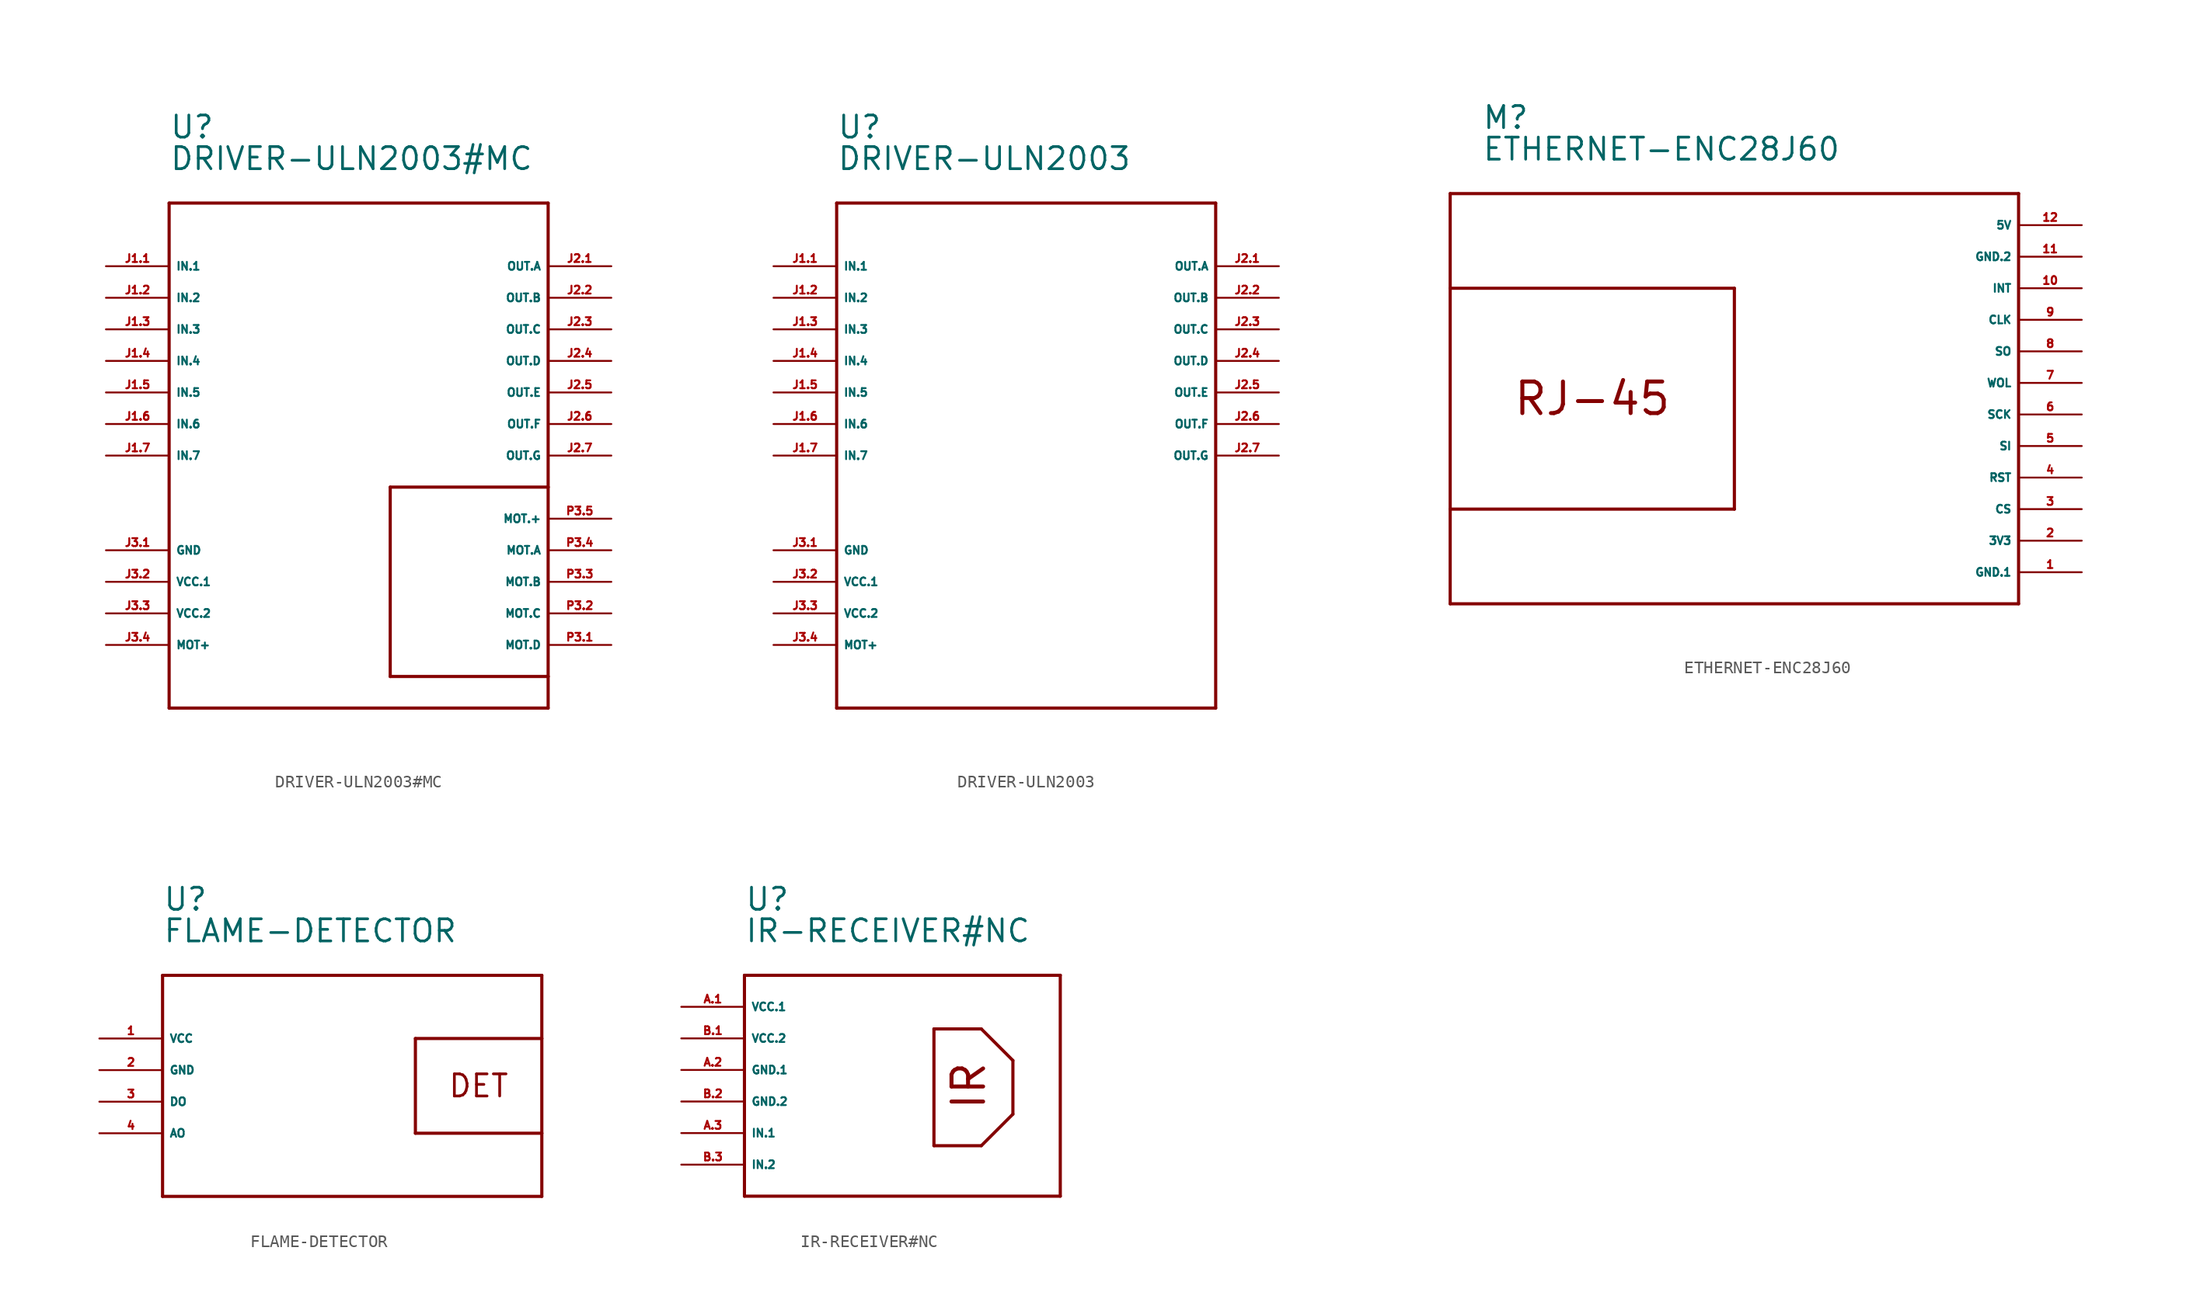
<source format=kicad_sym>
(kicad_symbol_lib
  (version 20220914)
  (generator Eagle2Kicad)
  (symbol "DRIVER-ULN2003#MC"
    (property "Reference" "U"
      (at -15.24 25.4 0)
      (effects (font (size 1.778 1.778) (thickness 0.22)) (justify left bottom)))
    (property "Value" "DRIVER-ULN2003#MC"
      (at -15.24 22.86 0)
      (effects (font (size 1.778 1.778) (thickness 0.22)) (justify left bottom)))
    (polyline
      (pts (xy -15.24 20.32) (xy 15.24 20.32))
      (stroke (width 0.254) (type default))
      (fill (type none)))
    (polyline
      (pts (xy 15.24 20.32) (xy 15.24 -2.54))
      (stroke (width 0.254) (type default))
      (fill (type none)))
    (polyline
      (pts (xy 15.24 -2.54) (xy 15.24 -17.78))
      (stroke (width 0.254) (type default))
      (fill (type none)))
    (polyline
      (pts (xy 15.24 -17.78) (xy 15.24 -20.32))
      (stroke (width 0.254) (type default))
      (fill (type none)))
    (polyline
      (pts (xy 15.24 -20.32) (xy -15.24 -20.32))
      (stroke (width 0.254) (type default))
      (fill (type none)))
    (polyline
      (pts (xy -15.24 -20.32) (xy -15.24 20.32))
      (stroke (width 0.254) (type default))
      (fill (type none)))
    (polyline
      (pts (xy 15.24 -2.54) (xy 2.54 -2.54))
      (stroke (width 0.254) (type default))
      (fill (type none)))
    (polyline
      (pts (xy 2.54 -2.54) (xy 2.54 -17.78))
      (stroke (width 0.254) (type default))
      (fill (type none)))
    (polyline
      (pts (xy 2.54 -17.78) (xy 15.24 -17.78))
      (stroke (width 0.254) (type default))
      (fill (type none)))
    (pin bidirectional line
      (at -20.32 15.24 0)
      (length 5.08)
      (name "IN.1" (effects (font (size 0.635 0.635) (thickness 0.08)) (justify left bottom)))
      (number "J1.1" (effects (font (size 0.635 0.635) (thickness 0.08)) (justify left bottom))))
    (pin unspecified line
      (at -20.32 -7.62 0)
      (length 5.08)
      (name "GND" (effects (font (size 0.635 0.635) (thickness 0.08)) (justify left bottom)))
      (number "J3.1" (effects (font (size 0.635 0.635) (thickness 0.08)) (justify left bottom))))
    (pin unspecified line
      (at -20.32 -10.16 0)
      (length 5.08)
      (name "VCC.1" (effects (font (size 0.635 0.635) (thickness 0.08)) (justify left bottom)))
      (number "J3.2" (effects (font (size 0.635 0.635) (thickness 0.08)) (justify left bottom))))
    (pin bidirectional line
      (at -20.32 -12.7 0)
      (length 5.08)
      (name "VCC.2" (effects (font (size 0.635 0.635) (thickness 0.08)) (justify left bottom)))
      (number "J3.3" (effects (font (size 0.635 0.635) (thickness 0.08)) (justify left bottom))))
    (pin bidirectional line
      (at -20.32 -15.24 0)
      (length 5.08)
      (name "MOT+" (effects (font (size 0.635 0.635) (thickness 0.08)) (justify left bottom)))
      (number "J3.4" (effects (font (size 0.635 0.635) (thickness 0.08)) (justify left bottom))))
    (pin bidirectional line
      (at 20.32 15.24 180)
      (length 5.08)
      (name "OUT.A" (effects (font (size 0.635 0.635) (thickness 0.08)) (justify left bottom)))
      (number "J2.1" (effects (font (size 0.635 0.635) (thickness 0.08)) (justify left bottom))))
    (pin bidirectional line
      (at -20.32 12.7 0)
      (length 5.08)
      (name "IN.2" (effects (font (size 0.635 0.635) (thickness 0.08)) (justify left bottom)))
      (number "J1.2" (effects (font (size 0.635 0.635) (thickness 0.08)) (justify left bottom))))
    (pin bidirectional line
      (at -20.32 10.16 0)
      (length 5.08)
      (name "IN.3" (effects (font (size 0.635 0.635) (thickness 0.08)) (justify left bottom)))
      (number "J1.3" (effects (font (size 0.635 0.635) (thickness 0.08)) (justify left bottom))))
    (pin bidirectional line
      (at -20.32 7.62 0)
      (length 5.08)
      (name "IN.4" (effects (font (size 0.635 0.635) (thickness 0.08)) (justify left bottom)))
      (number "J1.4" (effects (font (size 0.635 0.635) (thickness 0.08)) (justify left bottom))))
    (pin bidirectional line
      (at -20.32 5.08 0)
      (length 5.08)
      (name "IN.5" (effects (font (size 0.635 0.635) (thickness 0.08)) (justify left bottom)))
      (number "J1.5" (effects (font (size 0.635 0.635) (thickness 0.08)) (justify left bottom))))
    (pin bidirectional line
      (at -20.32 2.54 0)
      (length 5.08)
      (name "IN.6" (effects (font (size 0.635 0.635) (thickness 0.08)) (justify left bottom)))
      (number "J1.6" (effects (font (size 0.635 0.635) (thickness 0.08)) (justify left bottom))))
    (pin bidirectional line
      (at -20.32 0 0)
      (length 5.08)
      (name "IN.7" (effects (font (size 0.635 0.635) (thickness 0.08)) (justify left bottom)))
      (number "J1.7" (effects (font (size 0.635 0.635) (thickness 0.08)) (justify left bottom))))
    (pin bidirectional line
      (at 20.32 12.7 180)
      (length 5.08)
      (name "OUT.B" (effects (font (size 0.635 0.635) (thickness 0.08)) (justify left bottom)))
      (number "J2.2" (effects (font (size 0.635 0.635) (thickness 0.08)) (justify left bottom))))
    (pin bidirectional line
      (at 20.32 10.16 180)
      (length 5.08)
      (name "OUT.C" (effects (font (size 0.635 0.635) (thickness 0.08)) (justify left bottom)))
      (number "J2.3" (effects (font (size 0.635 0.635) (thickness 0.08)) (justify left bottom))))
    (pin bidirectional line
      (at 20.32 7.62 180)
      (length 5.08)
      (name "OUT.D" (effects (font (size 0.635 0.635) (thickness 0.08)) (justify left bottom)))
      (number "J2.4" (effects (font (size 0.635 0.635) (thickness 0.08)) (justify left bottom))))
    (pin bidirectional line
      (at 20.32 5.08 180)
      (length 5.08)
      (name "OUT.E" (effects (font (size 0.635 0.635) (thickness 0.08)) (justify left bottom)))
      (number "J2.5" (effects (font (size 0.635 0.635) (thickness 0.08)) (justify left bottom))))
    (pin bidirectional line
      (at 20.32 2.54 180)
      (length 5.08)
      (name "OUT.F" (effects (font (size 0.635 0.635) (thickness 0.08)) (justify left bottom)))
      (number "J2.6" (effects (font (size 0.635 0.635) (thickness 0.08)) (justify left bottom))))
    (pin bidirectional line
      (at 20.32 0 180)
      (length 5.08)
      (name "OUT.G" (effects (font (size 0.635 0.635) (thickness 0.08)) (justify left bottom)))
      (number "J2.7" (effects (font (size 0.635 0.635) (thickness 0.08)) (justify left bottom))))
    (pin bidirectional line
      (at 20.32 -5.08 180)
      (length 5.08)
      (name "MOT.+" (effects (font (size 0.635 0.635) (thickness 0.08)) (justify left bottom)))
      (number "P3.5" (effects (font (size 0.635 0.635) (thickness 0.08)) (justify left bottom))))
    (pin bidirectional line
      (at 20.32 -7.62 180)
      (length 5.08)
      (name "MOT.A" (effects (font (size 0.635 0.635) (thickness 0.08)) (justify left bottom)))
      (number "P3.4" (effects (font (size 0.635 0.635) (thickness 0.08)) (justify left bottom))))
    (pin bidirectional line
      (at 20.32 -10.16 180)
      (length 5.08)
      (name "MOT.B" (effects (font (size 0.635 0.635) (thickness 0.08)) (justify left bottom)))
      (number "P3.3" (effects (font (size 0.635 0.635) (thickness 0.08)) (justify left bottom))))
    (pin bidirectional line
      (at 20.32 -12.7 180)
      (length 5.08)
      (name "MOT.C" (effects (font (size 0.635 0.635) (thickness 0.08)) (justify left bottom)))
      (number "P3.2" (effects (font (size 0.635 0.635) (thickness 0.08)) (justify left bottom))))
    (pin bidirectional line
      (at 20.32 -15.24 180)
      (length 5.08)
      (name "MOT.D" (effects (font (size 0.635 0.635) (thickness 0.08)) (justify left bottom)))
      (number "P3.1" (effects (font (size 0.635 0.635) (thickness 0.08)) (justify left bottom)))))
  (symbol "DRIVER-ULN2003"
    (property "Reference" "U"
      (at -15.24 25.4 0)
      (effects (font (size 1.778 1.778) (thickness 0.22)) (justify left bottom)))
    (property "Value" "DRIVER-ULN2003"
      (at -15.24 22.86 0)
      (effects (font (size 1.778 1.778) (thickness 0.22)) (justify left bottom)))
    (polyline
      (pts (xy -15.24 20.32) (xy 15.24 20.32))
      (stroke (width 0.254) (type default))
      (fill (type none)))
    (polyline
      (pts (xy 15.24 20.32) (xy 15.24 -20.32))
      (stroke (width 0.254) (type default))
      (fill (type none)))
    (polyline
      (pts (xy 15.24 -20.32) (xy -15.24 -20.32))
      (stroke (width 0.254) (type default))
      (fill (type none)))
    (polyline
      (pts (xy -15.24 -20.32) (xy -15.24 20.32))
      (stroke (width 0.254) (type default))
      (fill (type none)))
    (pin bidirectional line
      (at -20.32 15.24 0)
      (length 5.08)
      (name "IN.1" (effects (font (size 0.635 0.635) (thickness 0.08)) (justify left bottom)))
      (number "J1.1" (effects (font (size 0.635 0.635) (thickness 0.08)) (justify left bottom))))
    (pin unspecified line
      (at -20.32 -7.62 0)
      (length 5.08)
      (name "GND" (effects (font (size 0.635 0.635) (thickness 0.08)) (justify left bottom)))
      (number "J3.1" (effects (font (size 0.635 0.635) (thickness 0.08)) (justify left bottom))))
    (pin unspecified line
      (at -20.32 -10.16 0)
      (length 5.08)
      (name "VCC.1" (effects (font (size 0.635 0.635) (thickness 0.08)) (justify left bottom)))
      (number "J3.2" (effects (font (size 0.635 0.635) (thickness 0.08)) (justify left bottom))))
    (pin bidirectional line
      (at -20.32 -12.7 0)
      (length 5.08)
      (name "VCC.2" (effects (font (size 0.635 0.635) (thickness 0.08)) (justify left bottom)))
      (number "J3.3" (effects (font (size 0.635 0.635) (thickness 0.08)) (justify left bottom))))
    (pin bidirectional line
      (at -20.32 -15.24 0)
      (length 5.08)
      (name "MOT+" (effects (font (size 0.635 0.635) (thickness 0.08)) (justify left bottom)))
      (number "J3.4" (effects (font (size 0.635 0.635) (thickness 0.08)) (justify left bottom))))
    (pin bidirectional line
      (at 20.32 15.24 180)
      (length 5.08)
      (name "OUT.A" (effects (font (size 0.635 0.635) (thickness 0.08)) (justify left bottom)))
      (number "J2.1" (effects (font (size 0.635 0.635) (thickness 0.08)) (justify left bottom))))
    (pin bidirectional line
      (at -20.32 12.7 0)
      (length 5.08)
      (name "IN.2" (effects (font (size 0.635 0.635) (thickness 0.08)) (justify left bottom)))
      (number "J1.2" (effects (font (size 0.635 0.635) (thickness 0.08)) (justify left bottom))))
    (pin bidirectional line
      (at -20.32 10.16 0)
      (length 5.08)
      (name "IN.3" (effects (font (size 0.635 0.635) (thickness 0.08)) (justify left bottom)))
      (number "J1.3" (effects (font (size 0.635 0.635) (thickness 0.08)) (justify left bottom))))
    (pin bidirectional line
      (at -20.32 7.62 0)
      (length 5.08)
      (name "IN.4" (effects (font (size 0.635 0.635) (thickness 0.08)) (justify left bottom)))
      (number "J1.4" (effects (font (size 0.635 0.635) (thickness 0.08)) (justify left bottom))))
    (pin bidirectional line
      (at -20.32 5.08 0)
      (length 5.08)
      (name "IN.5" (effects (font (size 0.635 0.635) (thickness 0.08)) (justify left bottom)))
      (number "J1.5" (effects (font (size 0.635 0.635) (thickness 0.08)) (justify left bottom))))
    (pin bidirectional line
      (at -20.32 2.54 0)
      (length 5.08)
      (name "IN.6" (effects (font (size 0.635 0.635) (thickness 0.08)) (justify left bottom)))
      (number "J1.6" (effects (font (size 0.635 0.635) (thickness 0.08)) (justify left bottom))))
    (pin bidirectional line
      (at -20.32 0 0)
      (length 5.08)
      (name "IN.7" (effects (font (size 0.635 0.635) (thickness 0.08)) (justify left bottom)))
      (number "J1.7" (effects (font (size 0.635 0.635) (thickness 0.08)) (justify left bottom))))
    (pin bidirectional line
      (at 20.32 12.7 180)
      (length 5.08)
      (name "OUT.B" (effects (font (size 0.635 0.635) (thickness 0.08)) (justify left bottom)))
      (number "J2.2" (effects (font (size 0.635 0.635) (thickness 0.08)) (justify left bottom))))
    (pin bidirectional line
      (at 20.32 10.16 180)
      (length 5.08)
      (name "OUT.C" (effects (font (size 0.635 0.635) (thickness 0.08)) (justify left bottom)))
      (number "J2.3" (effects (font (size 0.635 0.635) (thickness 0.08)) (justify left bottom))))
    (pin bidirectional line
      (at 20.32 7.62 180)
      (length 5.08)
      (name "OUT.D" (effects (font (size 0.635 0.635) (thickness 0.08)) (justify left bottom)))
      (number "J2.4" (effects (font (size 0.635 0.635) (thickness 0.08)) (justify left bottom))))
    (pin bidirectional line
      (at 20.32 5.08 180)
      (length 5.08)
      (name "OUT.E" (effects (font (size 0.635 0.635) (thickness 0.08)) (justify left bottom)))
      (number "J2.5" (effects (font (size 0.635 0.635) (thickness 0.08)) (justify left bottom))))
    (pin bidirectional line
      (at 20.32 2.54 180)
      (length 5.08)
      (name "OUT.F" (effects (font (size 0.635 0.635) (thickness 0.08)) (justify left bottom)))
      (number "J2.6" (effects (font (size 0.635 0.635) (thickness 0.08)) (justify left bottom))))
    (pin bidirectional line
      (at 20.32 0 180)
      (length 5.08)
      (name "OUT.G" (effects (font (size 0.635 0.635) (thickness 0.08)) (justify left bottom)))
      (number "J2.7" (effects (font (size 0.635 0.635) (thickness 0.08)) (justify left bottom)))))
  (symbol "ETHERNET-ENC28J60"
    (property "Reference" "M"
      (at -22.86 22.86 0)
      (effects (font (size 1.778 1.778) (thickness 0.22)) (justify left bottom)))
    (property "Value" "ETHERNET-ENC28J60"
      (at -22.86 20.32 0)
      (effects (font (size 1.778 1.778) (thickness 0.22)) (justify left bottom)))
    (polyline
      (pts (xy 20.32 17.78) (xy 20.32 -15.24))
      (stroke (width 0.254) (type default))
      (fill (type none)))
    (polyline
      (pts (xy 20.32 -15.24) (xy -25.4 -15.24))
      (stroke (width 0.254) (type default))
      (fill (type none)))
    (polyline
      (pts (xy -25.4 -15.24) (xy -25.4 -7.62))
      (stroke (width 0.254) (type default))
      (fill (type none)))
    (polyline
      (pts (xy -25.4 -7.62) (xy -25.4 10.16))
      (stroke (width 0.254) (type default))
      (fill (type none)))
    (polyline
      (pts (xy -25.4 10.16) (xy -25.4 17.78))
      (stroke (width 0.254) (type default))
      (fill (type none)))
    (polyline
      (pts (xy -25.4 17.78) (xy 20.32 17.78))
      (stroke (width 0.254) (type default))
      (fill (type none)))
    (polyline
      (pts (xy -25.4 -7.62) (xy -2.54 -7.62))
      (stroke (width 0.254) (type default))
      (fill (type none)))
    (polyline
      (pts (xy -2.54 -7.62) (xy -2.54 10.16))
      (stroke (width 0.254) (type default))
      (fill (type none)))
    (polyline
      (pts (xy -2.54 10.16) (xy -25.4 10.16))
      (stroke (width 0.254) (type default))
      (fill (type none)))
    (text "RJ-45"
      (at -13.97 1.27 0)
      (effects (font (size 2.54 2.54) (thickness 0.32))))
    (pin unspecified line
      (at 25.4 -12.7 180)
      (length 5.08)
      (name "GND.1" (effects (font (size 0.635 0.635) (thickness 0.08)) (justify left bottom)))
      (number "1" (effects (font (size 0.635 0.635) (thickness 0.08)) (justify left bottom))))
    (pin unspecified line
      (at 25.4 -10.16 180)
      (length 5.08)
      (name "3V3" (effects (font (size 0.635 0.635) (thickness 0.08)) (justify left bottom)))
      (number "2" (effects (font (size 0.635 0.635) (thickness 0.08)) (justify left bottom))))
    (pin bidirectional line
      (at 25.4 -7.62 180)
      (length 5.08)
      (name "CS" (effects (font (size 0.635 0.635) (thickness 0.08)) (justify left bottom)))
      (number "3" (effects (font (size 0.635 0.635) (thickness 0.08)) (justify left bottom))))
    (pin bidirectional line
      (at 25.4 -5.08 180)
      (length 5.08)
      (name "RST" (effects (font (size 0.635 0.635) (thickness 0.08)) (justify left bottom)))
      (number "4" (effects (font (size 0.635 0.635) (thickness 0.08)) (justify left bottom))))
    (pin bidirectional line
      (at 25.4 -2.54 180)
      (length 5.08)
      (name "SI" (effects (font (size 0.635 0.635) (thickness 0.08)) (justify left bottom)))
      (number "5" (effects (font (size 0.635 0.635) (thickness 0.08)) (justify left bottom))))
    (pin bidirectional line
      (at 25.4 0 180)
      (length 5.08)
      (name "SCK" (effects (font (size 0.635 0.635) (thickness 0.08)) (justify left bottom)))
      (number "6" (effects (font (size 0.635 0.635) (thickness 0.08)) (justify left bottom))))
    (pin bidirectional line
      (at 25.4 2.54 180)
      (length 5.08)
      (name "WOL" (effects (font (size 0.635 0.635) (thickness 0.08)) (justify left bottom)))
      (number "7" (effects (font (size 0.635 0.635) (thickness 0.08)) (justify left bottom))))
    (pin bidirectional line
      (at 25.4 5.08 180)
      (length 5.08)
      (name "SO" (effects (font (size 0.635 0.635) (thickness 0.08)) (justify left bottom)))
      (number "8" (effects (font (size 0.635 0.635) (thickness 0.08)) (justify left bottom))))
    (pin bidirectional line
      (at 25.4 7.62 180)
      (length 5.08)
      (name "CLK" (effects (font (size 0.635 0.635) (thickness 0.08)) (justify left bottom)))
      (number "9" (effects (font (size 0.635 0.635) (thickness 0.08)) (justify left bottom))))
    (pin bidirectional line
      (at 25.4 10.16 180)
      (length 5.08)
      (name "INT" (effects (font (size 0.635 0.635) (thickness 0.08)) (justify left bottom)))
      (number "10" (effects (font (size 0.635 0.635) (thickness 0.08)) (justify left bottom))))
    (pin unspecified line
      (at 25.4 12.7 180)
      (length 5.08)
      (name "GND.2" (effects (font (size 0.635 0.635) (thickness 0.08)) (justify left bottom)))
      (number "11" (effects (font (size 0.635 0.635) (thickness 0.08)) (justify left bottom))))
    (pin unspecified line
      (at 25.4 15.24 180)
      (length 5.08)
      (name "5V" (effects (font (size 0.635 0.635) (thickness 0.08)) (justify left bottom)))
      (number "12" (effects (font (size 0.635 0.635) (thickness 0.08)) (justify left bottom)))))
  (symbol "FLAME-DETECTOR"
    (property "Reference" "U"
      (at -15.24 15.24 0)
      (effects (font (size 1.778 1.778) (thickness 0.22)) (justify left bottom)))
    (property "Value" "FLAME-DETECTOR"
      (at -15.24 12.7 0)
      (effects (font (size 1.778 1.778) (thickness 0.22)) (justify left bottom)))
    (polyline
      (pts (xy -15.24 10.16) (xy 15.24 10.16))
      (stroke (width 0.254) (type default))
      (fill (type none)))
    (polyline
      (pts (xy 15.24 10.16) (xy 15.24 5.08))
      (stroke (width 0.254) (type default))
      (fill (type none)))
    (polyline
      (pts (xy 15.24 5.08) (xy 15.24 -2.54))
      (stroke (width 0.254) (type default))
      (fill (type none)))
    (polyline
      (pts (xy 15.24 -2.54) (xy 15.24 -7.62))
      (stroke (width 0.254) (type default))
      (fill (type none)))
    (polyline
      (pts (xy 15.24 -7.62) (xy -15.24 -7.62))
      (stroke (width 0.254) (type default))
      (fill (type none)))
    (polyline
      (pts (xy -15.24 -7.62) (xy -15.24 10.16))
      (stroke (width 0.254) (type default))
      (fill (type none)))
    (polyline
      (pts (xy 15.24 5.08) (xy 5.08 5.08))
      (stroke (width 0.254) (type default))
      (fill (type none)))
    (polyline
      (pts (xy 5.08 5.08) (xy 5.08 -2.54))
      (stroke (width 0.254) (type default))
      (fill (type none)))
    (polyline
      (pts (xy 5.08 -2.54) (xy 15.24 -2.54))
      (stroke (width 0.254) (type default))
      (fill (type none)))
    (text "DET"
      (at 10.16 1.27 0)
      (effects (font (size 1.778 1.778) (thickness 0.22))))
    (pin unspecified line
      (at -20.32 5.08 0)
      (length 5.08)
      (name "VCC" (effects (font (size 0.635 0.635) (thickness 0.08)) (justify left bottom)))
      (number "1" (effects (font (size 0.635 0.635) (thickness 0.08)) (justify left bottom))))
    (pin unspecified line
      (at -20.32 2.54 0)
      (length 5.08)
      (name "GND" (effects (font (size 0.635 0.635) (thickness 0.08)) (justify left bottom)))
      (number "2" (effects (font (size 0.635 0.635) (thickness 0.08)) (justify left bottom))))
    (pin bidirectional line
      (at -20.32 0 0)
      (length 5.08)
      (name "DO" (effects (font (size 0.635 0.635) (thickness 0.08)) (justify left bottom)))
      (number "3" (effects (font (size 0.635 0.635) (thickness 0.08)) (justify left bottom))))
    (pin bidirectional line
      (at -20.32 -2.54 0)
      (length 5.08)
      (name "AO" (effects (font (size 0.635 0.635) (thickness 0.08)) (justify left bottom)))
      (number "4" (effects (font (size 0.635 0.635) (thickness 0.08)) (justify left bottom)))))
  (symbol "IR-RECEIVER#NC"
    (property "Reference" "U"
      (at -12.7 15.24 0)
      (effects (font (size 1.778 1.778) (thickness 0.22)) (justify left bottom)))
    (property "Value" "IR-RECEIVER#NC"
      (at -12.7 12.7 0)
      (effects (font (size 1.778 1.778) (thickness 0.22)) (justify left bottom)))
    (polyline
      (pts (xy -12.7 10.16) (xy 12.7 10.16))
      (stroke (width 0.254) (type default))
      (fill (type none)))
    (polyline
      (pts (xy 12.7 10.16) (xy 12.7 -7.62))
      (stroke (width 0.254) (type default))
      (fill (type none)))
    (polyline
      (pts (xy 12.7 -7.62) (xy -12.7 -7.62))
      (stroke (width 0.254) (type default))
      (fill (type none)))
    (polyline
      (pts (xy -12.7 -7.62) (xy -12.7 10.16))
      (stroke (width 0.254) (type default))
      (fill (type none)))
    (polyline
      (pts (xy 2.54 5.842) (xy 6.35 5.842))
      (stroke (width 0.254) (type default))
      (fill (type none)))
    (polyline
      (pts (xy 6.35 5.842) (xy 8.89 3.302))
      (stroke (width 0.254) (type default))
      (fill (type none)))
    (polyline
      (pts (xy 8.89 3.302) (xy 8.89 -1.016))
      (stroke (width 0.254) (type default))
      (fill (type none)))
    (polyline
      (pts (xy 8.89 -1.016) (xy 6.35 -3.556))
      (stroke (width 0.254) (type default))
      (fill (type none)))
    (polyline
      (pts (xy 6.35 -3.556) (xy 2.54 -3.556))
      (stroke (width 0.254) (type default))
      (fill (type none)))
    (polyline
      (pts (xy 2.54 -3.556) (xy 2.54 5.842))
      (stroke (width 0.254) (type default))
      (fill (type none)))
    (text "IR"
      (at 5.334 1.27 900)
      (effects (font (size 2.54 2.54) (thickness 0.32))))
    (pin bidirectional line
      (at -17.78 7.62 0)
      (length 5.08)
      (name "VCC.1" (effects (font (size 0.635 0.635) (thickness 0.08)) (justify left bottom)))
      (number "A.1" (effects (font (size 0.635 0.635) (thickness 0.08)) (justify left bottom))))
    (pin bidirectional line
      (at -17.78 5.08 0)
      (length 5.08)
      (name "VCC.2" (effects (font (size 0.635 0.635) (thickness 0.08)) (justify left bottom)))
      (number "B.1" (effects (font (size 0.635 0.635) (thickness 0.08)) (justify left bottom))))
    (pin bidirectional line
      (at -17.78 2.54 0)
      (length 5.08)
      (name "GND.1" (effects (font (size 0.635 0.635) (thickness 0.08)) (justify left bottom)))
      (number "A.2" (effects (font (size 0.635 0.635) (thickness 0.08)) (justify left bottom))))
    (pin bidirectional line
      (at -17.78 0 0)
      (length 5.08)
      (name "GND.2" (effects (font (size 0.635 0.635) (thickness 0.08)) (justify left bottom)))
      (number "B.2" (effects (font (size 0.635 0.635) (thickness 0.08)) (justify left bottom))))
    (pin bidirectional line
      (at -17.78 -2.54 0)
      (length 5.08)
      (name "IN.1" (effects (font (size 0.635 0.635) (thickness 0.08)) (justify left bottom)))
      (number "A.3" (effects (font (size 0.635 0.635) (thickness 0.08)) (justify left bottom))))
    (pin bidirectional line
      (at -17.78 -5.08 0)
      (length 5.08)
      (name "IN.2" (effects (font (size 0.635 0.635) (thickness 0.08)) (justify left bottom)))
      (number "B.3" (effects (font (size 0.635 0.635) (thickness 0.08)) (justify left bottom))))))
</source>
